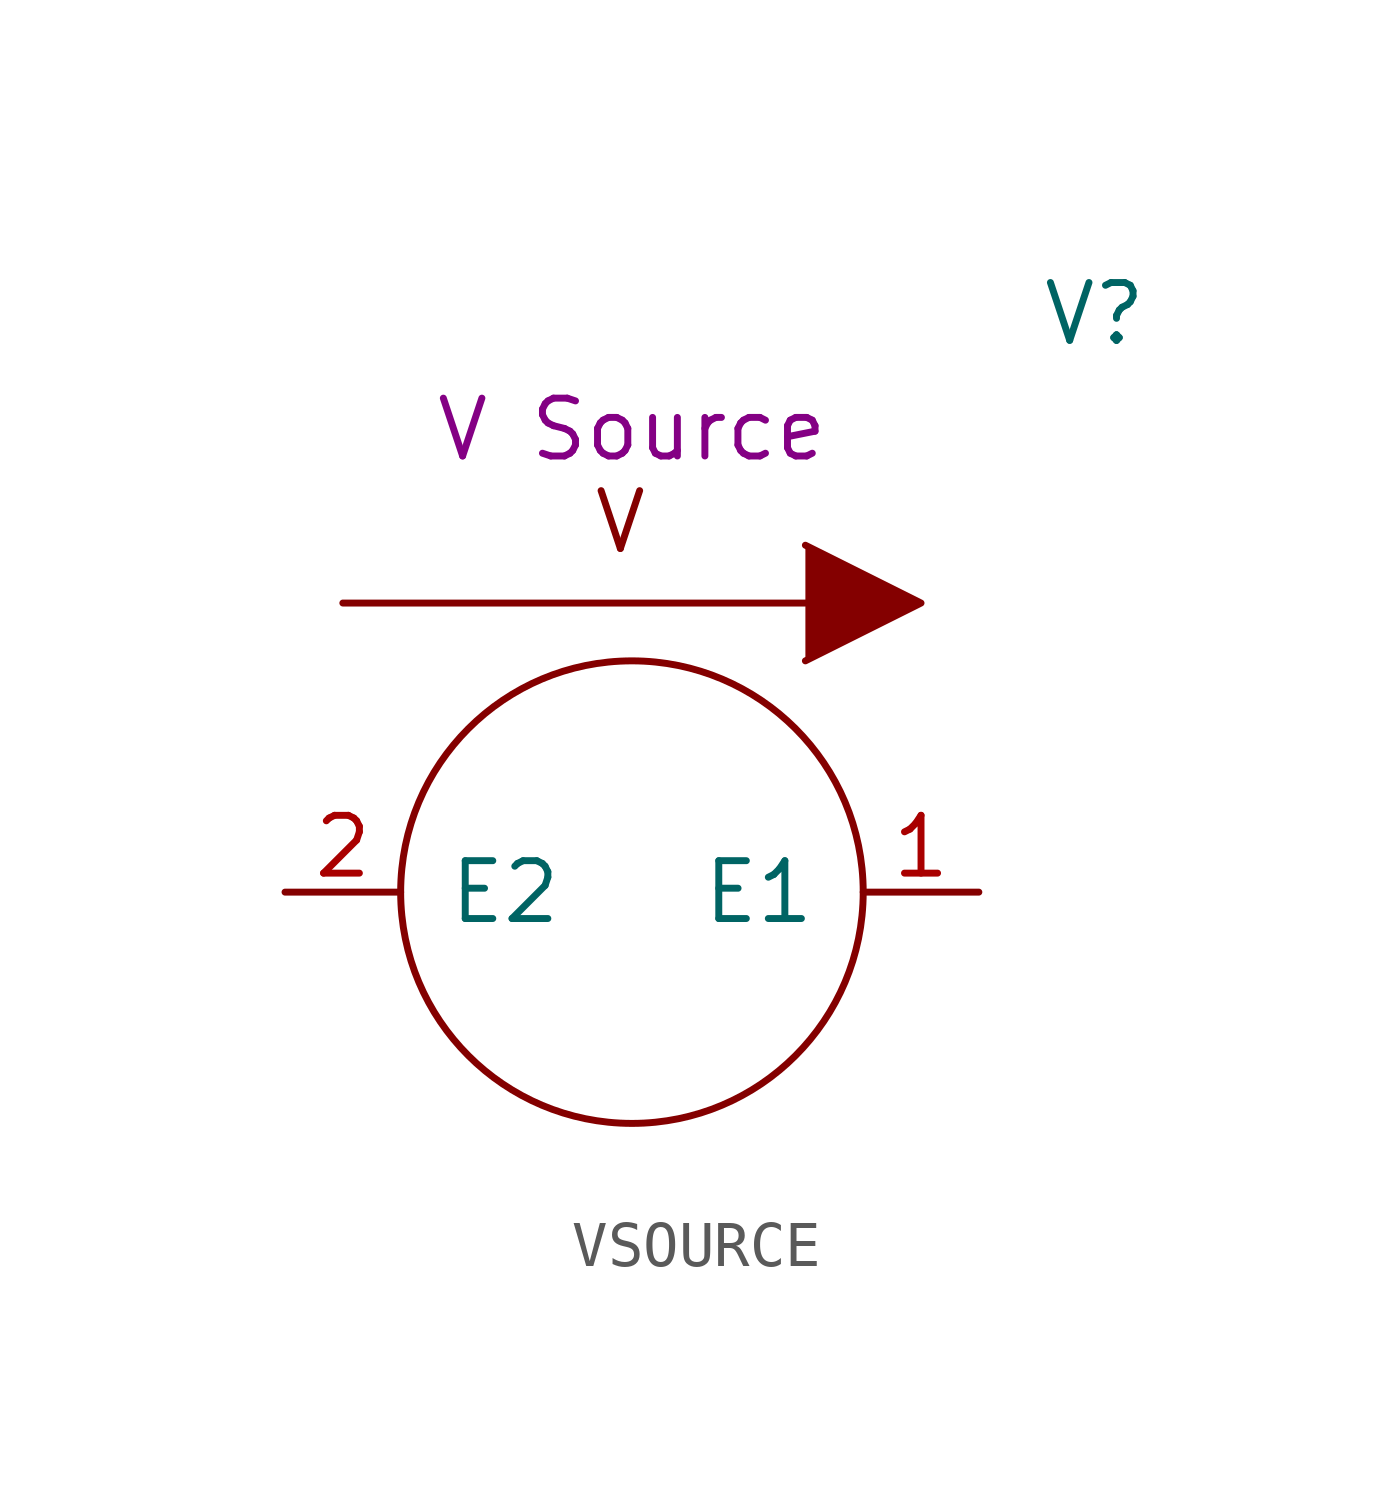
<source format=kicad_sym>
(kicad_symbol_lib
  (version 20220914)
  (generator kicad_symbol_editor)
  (symbol "VSOURCE"
    (pin_names
      (offset 1.016))
    (property "Reference" "V"
      (at 8.89 12.7 0)
      (effects (font (size 1.27 1.27))))
    (property "Render Name" "V Source"
      (at -1.27 10.16 0)
      (effects (font (size 1.27 1.27))))
    (symbol "VSOURCE_0_1"
      (circle (center -1.27 0) (radius 5.08) (stroke (width 0) (type default)) (fill (type none)))
      (polyline (pts (xy -7.62 6.35) (xy 2.54 6.35)) (stroke (width 0) (type default)) (fill (type outline)))
      (polyline (pts (xy 2.54 7.62) (xy 5.08 6.35) (xy 2.54 5.08)) (stroke (width 0) (type default)) (fill (type outline)))
      (text "V" (at -1.524 8.128 0) (effects (font (size 1.27 1.27)))))
    (symbol "VSOURCE_1_1"
      (pin input line (at 6.35 0 180) (length 2.54) (name "E1" (effects (font (size 1.27 1.27)))) (number "1" (effects (font (size 1.27 1.27)))))
      (pin input line (at -8.89 0 0) (length 2.54) (name "E2" (effects (font (size 1.27 1.27)))) (number "2" (effects (font (size 1.27 1.27))))))))
</source>
